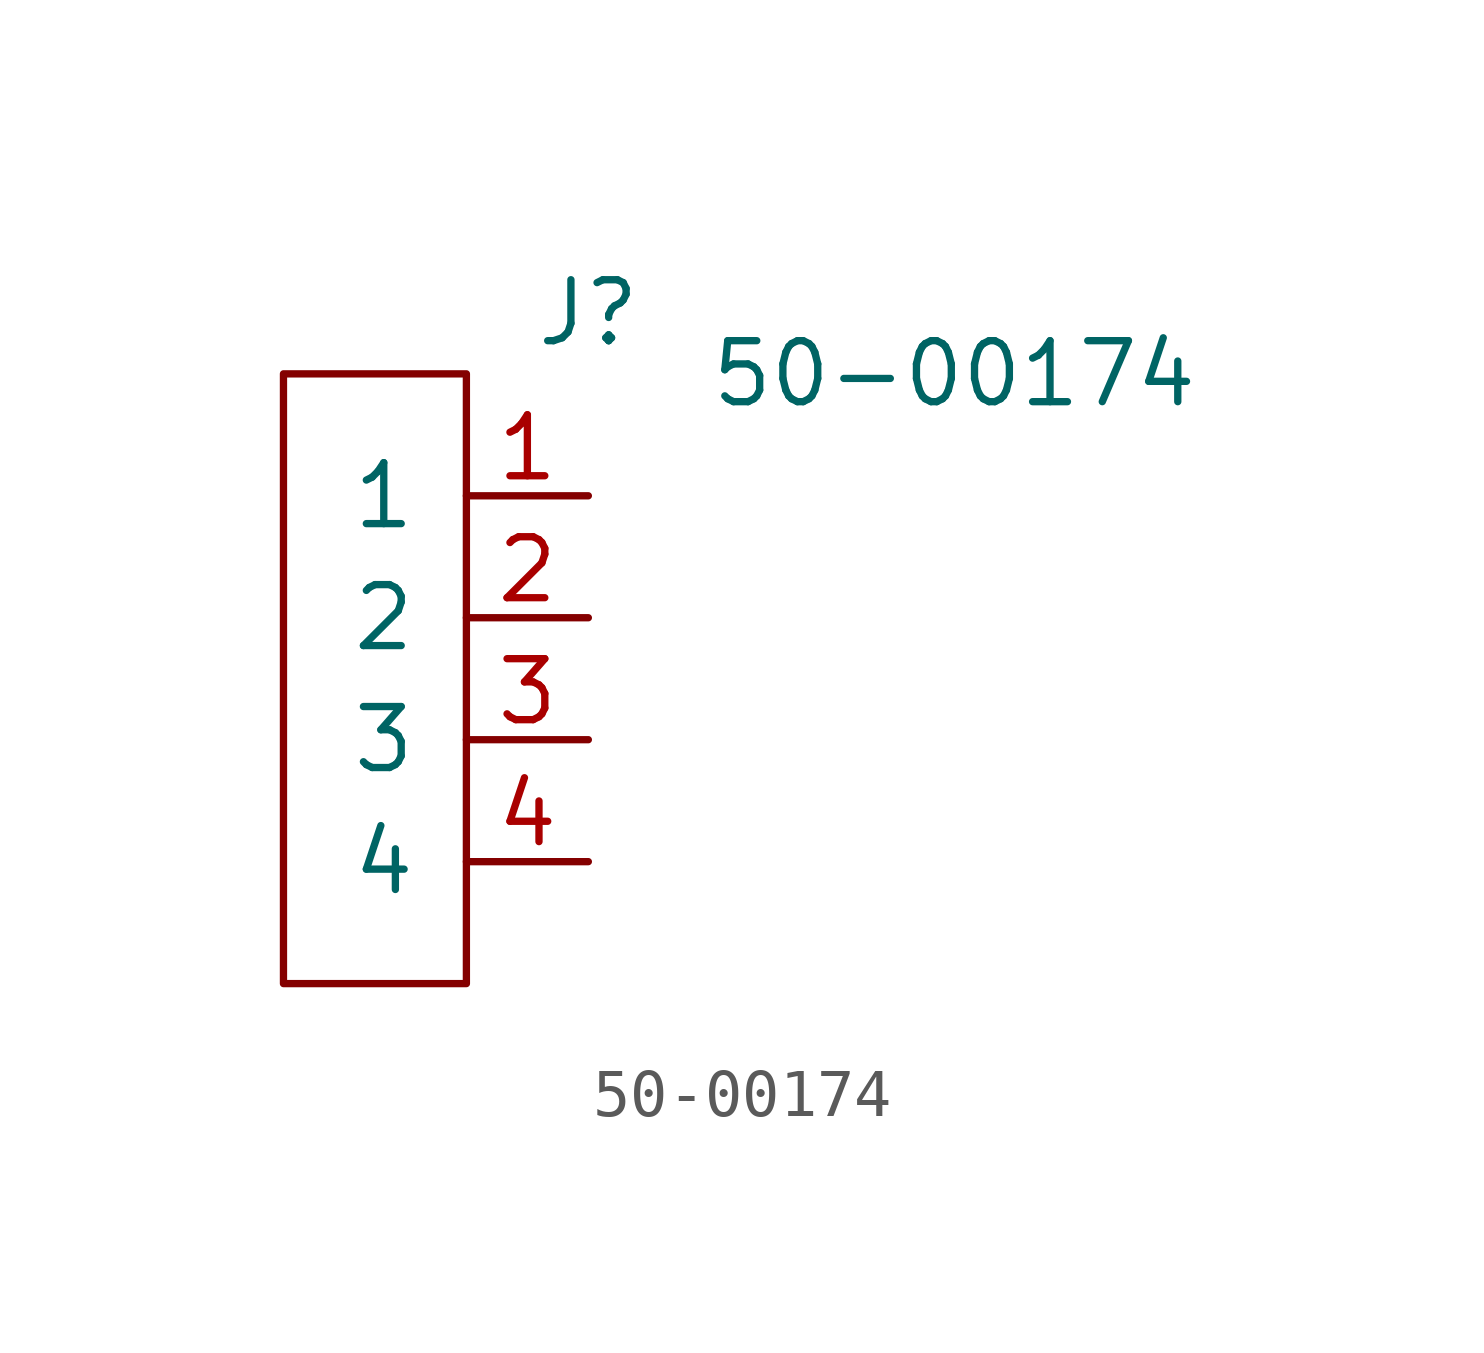
<source format=kicad_sym>
(kicad_symbol_lib
  (version 20211014)
  (generator kicad_symbol_editor)
  (symbol "50-00174"
    (pin_names
      (offset 1.016))
    (property "Reference" "J"
      (at 0 0 0)
      (effects (font (size 1.27 1.27))))
    (property "Value" "50-00174"
      (at 7.62 -1.27 0)
      (effects (font (size 1.27 1.27))))
    (symbol "50-00174_0_1"
      (rectangle (start -2.54 -13.97) (end -6.35 -1.27) (stroke (width 0) (type default) (color 0 0 0 0)) (fill (type none))))
    (symbol "50-00174_1_1"
      (pin input line (at 0 -3.81 180) (length 2.54) (name "1" (effects (font (size 1.27 1.27)))) (number "1" (effects (font (size 1.27 1.27)))))
      (pin input line (at 0 -6.35 180) (length 2.54) (name "2" (effects (font (size 1.27 1.27)))) (number "2" (effects (font (size 1.27 1.27)))))
      (pin input line (at 0 -8.89 180) (length 2.54) (name "3" (effects (font (size 1.27 1.27)))) (number "3" (effects (font (size 1.27 1.27)))))
      (pin input line (at 0 -11.43 180) (length 2.54) (name "4" (effects (font (size 1.27 1.27)))) (number "4" (effects (font (size 1.27 1.27))))))))
</source>
